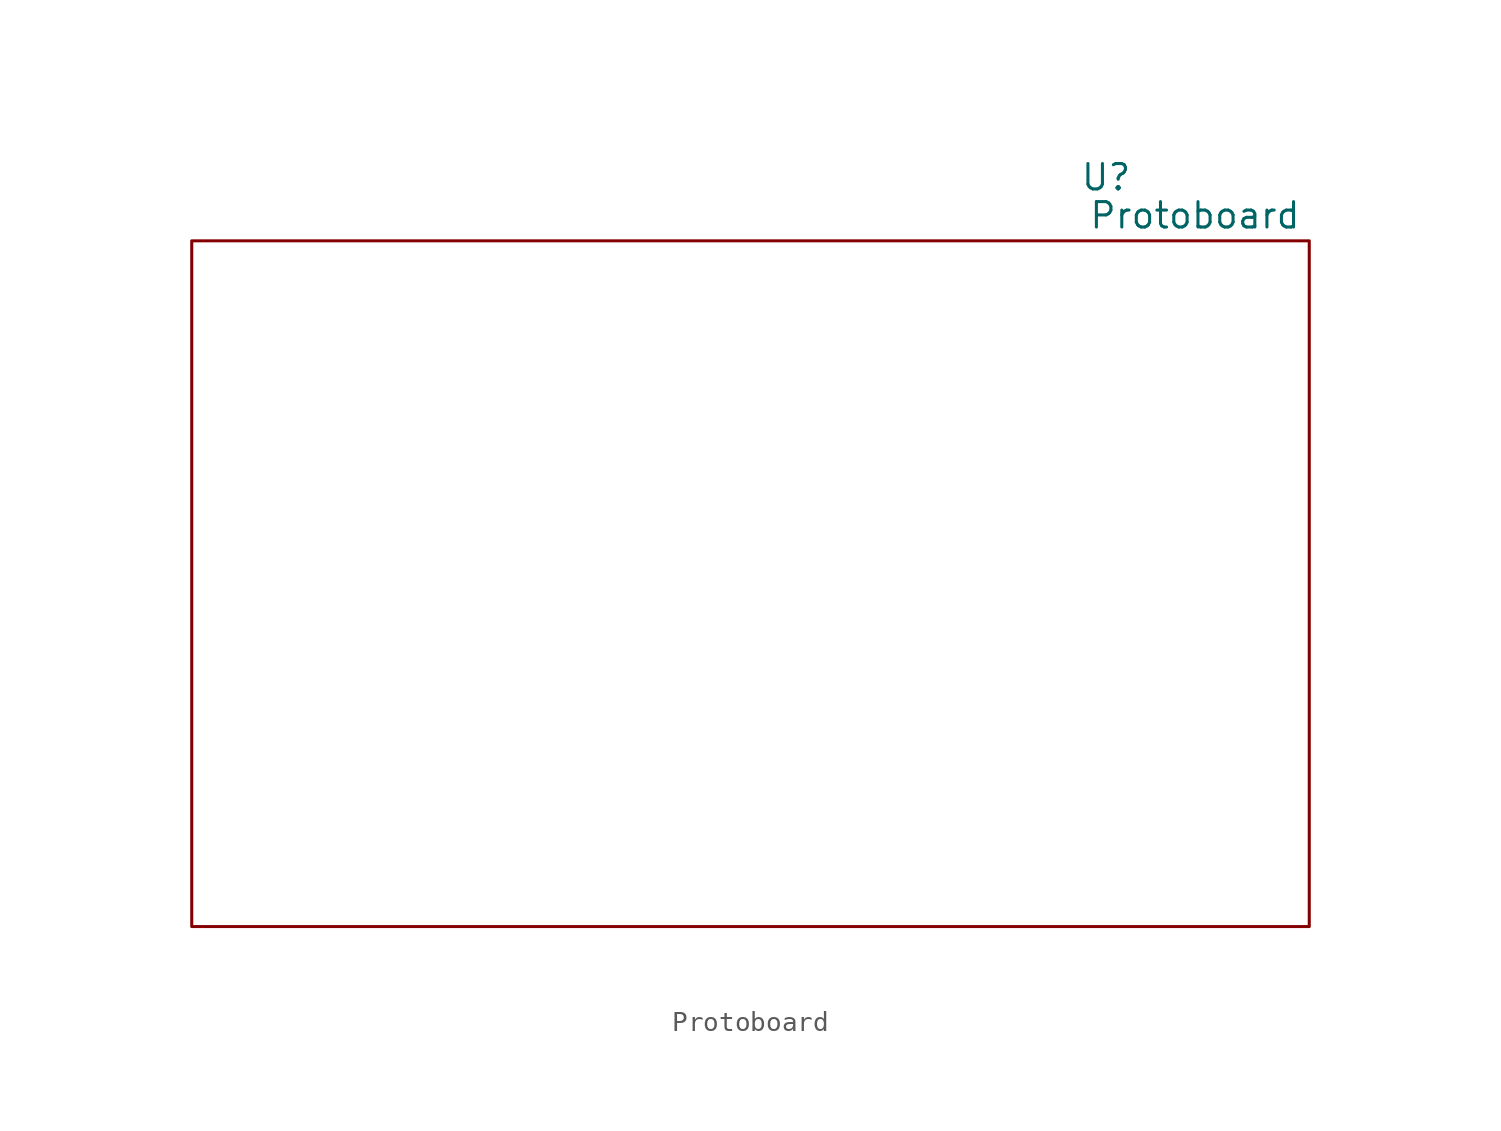
<source format=kicad_sym>
(kicad_symbol_lib
  (version 20220331)
  (generator kicad_symbol_editor)
  (symbol "Protoboard"
    (property "Reference" "U"
      (at 17.78 20.32 0)
      (effects (font (size 1.27 1.27))))
    (property "Value" "Protoboard"
      (at 22.225 18.415 0)
      (effects (font (size 1.27 1.27))))
    (symbol "Protoboard_0_1"
      (rectangle (start -27.94 17.145) (end 27.94 -17.145) (stroke (width 0) (type default)) (fill (type none))))))
</source>
